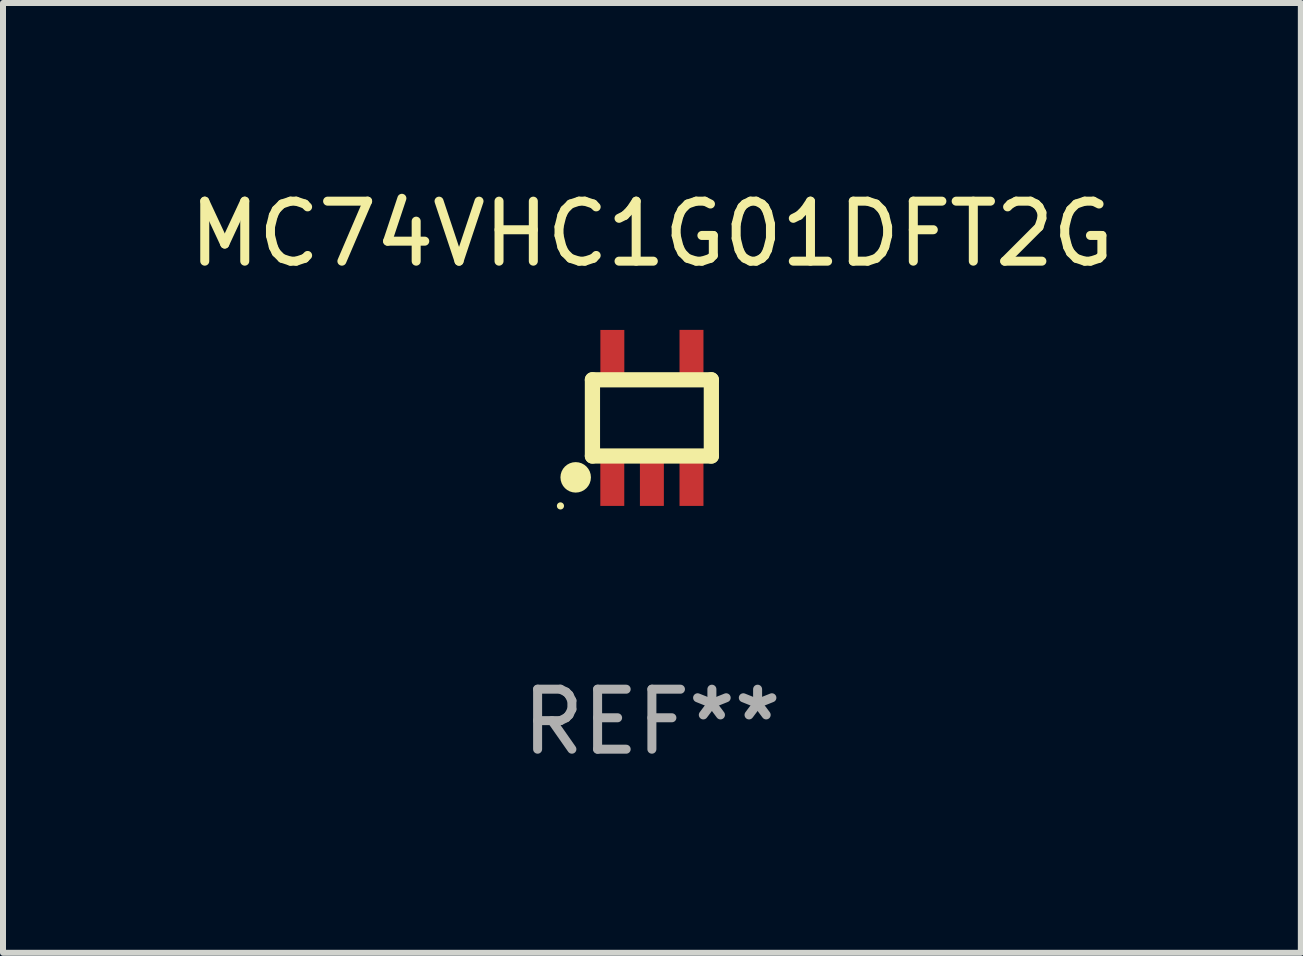
<source format=kicad_pcb>
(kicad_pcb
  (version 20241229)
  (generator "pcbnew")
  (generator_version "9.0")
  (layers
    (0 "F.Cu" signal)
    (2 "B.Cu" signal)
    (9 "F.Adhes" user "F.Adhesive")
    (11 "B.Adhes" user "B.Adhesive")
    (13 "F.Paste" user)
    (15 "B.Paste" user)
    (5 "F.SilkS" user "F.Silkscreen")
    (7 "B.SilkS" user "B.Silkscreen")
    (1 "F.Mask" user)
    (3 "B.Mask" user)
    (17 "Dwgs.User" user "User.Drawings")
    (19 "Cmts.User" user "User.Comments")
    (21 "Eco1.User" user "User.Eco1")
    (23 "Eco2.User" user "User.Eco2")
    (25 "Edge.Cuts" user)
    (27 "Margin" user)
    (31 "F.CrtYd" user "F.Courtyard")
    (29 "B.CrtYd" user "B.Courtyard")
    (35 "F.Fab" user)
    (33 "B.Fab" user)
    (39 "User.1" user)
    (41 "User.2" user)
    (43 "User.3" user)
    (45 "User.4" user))
  (footprint "MC74VHC1G01DFT2G"
    (layer "F.Cu")
    (at 7.815 3.915)
    (property "Reference" "MC74VHC1G01DFT2G" (at 0 -3.067 0) (layer "F.SilkS") (effects (font (size 1 1) (thickness 0.15))))
    (attr through_hole)
    (fp_line (start -0.991 -0.635) (end 0.991 -0.635) (stroke (width 0.254) (type solid)) (layer "F.SilkS"))
    (fp_line (start -0.991 0.635) (end -0.991 -0.635) (stroke (width 0.254) (type solid)) (layer "F.SilkS"))
    (fp_line (start 0.991 -0.635) (end 0.991 0.635) (stroke (width 0.254) (type solid)) (layer "F.SilkS"))
    (fp_line (start 0.991 0.635) (end -0.991 0.635) (stroke (width 0.254) (type solid)) (layer "F.SilkS"))
    (fp_circle (center -1.524 1.467) (end -1.494 1.467) (stroke (width 0.06) (type solid)) (fill no) (layer "F.SilkS"))
    (fp_circle (center -1.27 0.991) (end -1.143 0.991) (stroke (width 0.254) (type solid)) (fill no) (layer "F.SilkS"))
    (fp_text user "REF**" (at 0 5.067 0) (layer "F.Fab") (effects (font (size 1 1) (thickness 0.15))))
    (pad "1" smd rect (at -0.66 1.067 90) (size 0.8 0.399) (layers "F.Cu" "F.Mask" "F.Paste"))
    (pad "2" smd rect (at 0 1.067 90) (size 0.8 0.399) (layers "F.Cu" "F.Mask" "F.Paste"))
    (pad "3" smd rect (at 0.66 1.067 90) (size 0.8 0.399) (layers "F.Cu" "F.Mask" "F.Paste"))
    (pad "4" smd rect (at 0.66 -1.067 90) (size 0.8 0.399) (layers "F.Cu" "F.Mask" "F.Paste"))
    (pad "5" smd rect (at -0.659 -1.066 90) (size 0.8 0.399) (layers "F.Cu" "F.Mask" "F.Paste")))
  (gr_rect
    (start -3 -3)
    (end 18.631 12.83)
    (stroke (width 0.1) (type default))
    (fill no)
    (layer "Edge.Cuts")))
</source>
